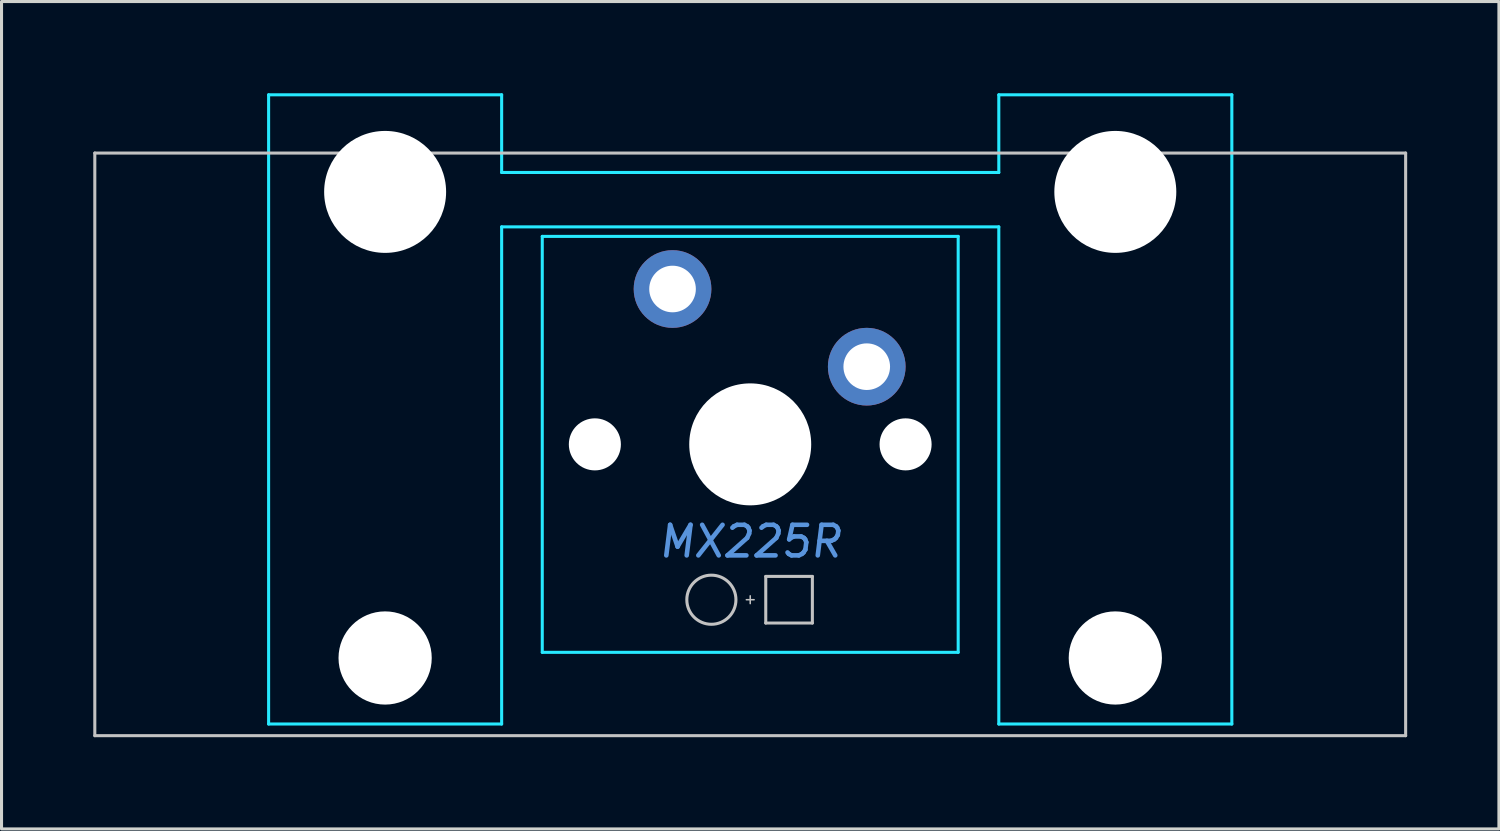
<source format=kicad_pcb>
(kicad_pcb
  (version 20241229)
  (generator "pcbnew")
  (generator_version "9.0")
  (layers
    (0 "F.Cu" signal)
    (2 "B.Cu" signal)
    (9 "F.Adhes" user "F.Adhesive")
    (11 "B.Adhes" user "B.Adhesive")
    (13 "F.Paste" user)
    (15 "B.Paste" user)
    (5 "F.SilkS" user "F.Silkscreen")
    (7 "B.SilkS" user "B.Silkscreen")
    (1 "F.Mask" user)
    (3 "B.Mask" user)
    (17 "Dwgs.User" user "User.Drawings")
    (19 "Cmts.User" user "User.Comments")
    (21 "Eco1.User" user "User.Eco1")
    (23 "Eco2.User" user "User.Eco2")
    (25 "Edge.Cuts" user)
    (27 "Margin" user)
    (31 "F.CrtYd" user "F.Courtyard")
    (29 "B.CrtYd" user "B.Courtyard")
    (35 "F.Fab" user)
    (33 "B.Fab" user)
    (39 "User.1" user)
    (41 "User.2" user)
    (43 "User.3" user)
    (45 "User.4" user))
  (footprint "MX225R"
    (layer "F.Cu")
    (at 21.481 11.48)
    (property "Reference" "MX225R" (at 0 3.175 0) (layer "Cmts.User") (effects (font (size 1 1) (thickness 0.15) (italic yes))))
    (attr through_hole)
    (fp_line (start -21.431 -9.525) (end -21.431 9.525) (stroke (width 0.1) (type solid)) (layer "Dwgs.User"))
    (fp_line (start -21.431 -9.525) (end 21.431 -9.525) (stroke (width 0.1) (type solid)) (layer "Dwgs.User"))
    (fp_line (start -21.431 9.525) (end 21.431 9.525) (stroke (width 0.1) (type solid)) (layer "Dwgs.User"))
    (fp_line (start -0.127 5.08) (end 0.127 5.08) (stroke (width 0.05) (type solid)) (layer "Dwgs.User"))
    (fp_line (start 0 5.207) (end 0 4.953) (stroke (width 0.05) (type solid)) (layer "Dwgs.User"))
    (fp_line (start 0.508 4.318) (end 0.508 5.842) (stroke (width 0.1) (type solid)) (layer "Dwgs.User"))
    (fp_line (start 0.508 4.318) (end 2.032 4.318) (stroke (width 0.1) (type solid)) (layer "Dwgs.User"))
    (fp_line (start 0.508 5.842) (end 2.032 5.842) (stroke (width 0.1) (type solid)) (layer "Dwgs.User"))
    (fp_line (start 2.032 5.842) (end 2.032 4.318) (stroke (width 0.1) (type solid)) (layer "Dwgs.User"))
    (fp_line (start 21.431 -9.525) (end 21.431 9.525) (stroke (width 0.1) (type solid)) (layer "Dwgs.User"))
    (fp_circle (center -1.27 5.08) (end -0.467 5.08) (stroke (width 0.1) (type solid)) (fill no) (layer "Dwgs.User"))
    (fp_line (start -17.17 0.889) (end -17.17 2.921) (stroke (width 0.1) (type solid)) (layer "Eco1.User"))
    (fp_line (start -16.789 3.302) (end -16.535 3.302) (stroke (width 0.1) (type solid)) (layer "Eco1.User"))
    (fp_line (start -16.535 0.508) (end -16.789 0.508) (stroke (width 0.1) (type solid)) (layer "Eco1.User"))
    (fp_line (start -16.154 -6.223) (end -16.154 0.127) (stroke (width 0.1) (type solid)) (layer "Eco1.User"))
    (fp_line (start -16.154 3.683) (end -16.154 5.309) (stroke (width 0.1) (type solid)) (layer "Eco1.User"))
    (fp_line (start -15.773 5.69) (end -9.881 5.69) (stroke (width 0.1) (type solid)) (layer "Eco1.User"))
    (fp_line (start -14.732 -6.604) (end -15.773 -6.604) (stroke (width 0.1) (type solid)) (layer "Eco1.User"))
    (fp_line (start -14.351 -7.391) (end -14.351 -6.985) (stroke (width 0.1) (type solid)) (layer "Eco1.User"))
    (fp_line (start -11.684 -7.772) (end -13.97 -7.772) (stroke (width 0.1) (type solid)) (layer "Eco1.User"))
    (fp_line (start -11.303 -6.985) (end -11.303 -7.391) (stroke (width 0.1) (type solid)) (layer "Eco1.User"))
    (fp_line (start -9.881 -6.604) (end -10.922 -6.604) (stroke (width 0.1) (type solid)) (layer "Eco1.User"))
    (fp_line (start -9.5 -6.198) (end -9.5 -6.223) (stroke (width 0.1) (type solid)) (layer "Eco1.User"))
    (fp_line (start -9.5 5.309) (end -9.5 5.258) (stroke (width 0.1) (type solid)) (layer "Eco1.User"))
    (fp_line (start -9.119 4.877) (end -7.366 4.877) (stroke (width 0.1) (type solid)) (layer "Eco1.User"))
    (fp_line (start -7.366 -5.817) (end -9.119 -5.817) (stroke (width 0.1) (type solid)) (layer "Eco1.User"))
    (fp_line (start -6.985 -6.604) (end -6.985 -6.197) (stroke (width 0.1) (type solid)) (layer "Eco1.User"))
    (fp_line (start -6.985 5.258) (end -6.985 6.604) (stroke (width 0.1) (type solid)) (layer "Eco1.User"))
    (fp_line (start -6.604 -6.985) (end 6.604 -6.985) (stroke (width 0.1) (type solid)) (layer "Eco1.User"))
    (fp_line (start -2.159 0) (end 2.159 0) (stroke (width 0.1) (type solid)) (layer "Eco1.User"))
    (fp_line (start 0 2.159) (end 0 -2.159) (stroke (width 0.1) (type solid)) (layer "Eco1.User"))
    (fp_line (start 6.604 6.985) (end -6.604 6.985) (stroke (width 0.1) (type solid)) (layer "Eco1.User"))
    (fp_line (start 6.985 -6.604) (end 6.985 -6.197) (stroke (width 0.1) (type solid)) (layer "Eco1.User"))
    (fp_line (start 6.985 5.258) (end 6.985 6.604) (stroke (width 0.1) (type solid)) (layer "Eco1.User"))
    (fp_line (start 7.366 -5.817) (end 9.119 -5.817) (stroke (width 0.1) (type solid)) (layer "Eco1.User"))
    (fp_line (start 9.119 4.877) (end 7.366 4.877) (stroke (width 0.1) (type solid)) (layer "Eco1.User"))
    (fp_line (start 9.5 -6.198) (end 9.5 -6.223) (stroke (width 0.1) (type solid)) (layer "Eco1.User"))
    (fp_line (start 9.5 5.309) (end 9.5 5.258) (stroke (width 0.1) (type solid)) (layer "Eco1.User"))
    (fp_line (start 9.881 -6.604) (end 10.922 -6.604) (stroke (width 0.1) (type solid)) (layer "Eco1.User"))
    (fp_line (start 11.303 -6.985) (end 11.303 -7.391) (stroke (width 0.1) (type solid)) (layer "Eco1.User"))
    (fp_line (start 11.684 -7.772) (end 13.97 -7.772) (stroke (width 0.1) (type solid)) (layer "Eco1.User"))
    (fp_line (start 14.351 -7.391) (end 14.351 -6.985) (stroke (width 0.1) (type solid)) (layer "Eco1.User"))
    (fp_line (start 14.732 -6.604) (end 15.773 -6.604) (stroke (width 0.1) (type solid)) (layer "Eco1.User"))
    (fp_line (start 15.773 5.69) (end 9.881 5.69) (stroke (width 0.1) (type solid)) (layer "Eco1.User"))
    (fp_line (start 16.154 -6.223) (end 16.154 0.127) (stroke (width 0.1) (type solid)) (layer "Eco1.User"))
    (fp_line (start 16.154 3.683) (end 16.154 5.309) (stroke (width 0.1) (type solid)) (layer "Eco1.User"))
    (fp_line (start 16.535 0.508) (end 16.789 0.508) (stroke (width 0.1) (type solid)) (layer "Eco1.User"))
    (fp_line (start 16.789 3.302) (end 16.535 3.302) (stroke (width 0.1) (type solid)) (layer "Eco1.User"))
    (fp_line (start 17.17 0.889) (end 17.17 2.921) (stroke (width 0.1) (type solid)) (layer "Eco1.User"))
    (fp_arc (start -17.1704 0.889) (mid -17.058808 0.619592) (end -16.7894 0.508) (stroke (width 0.1) (type solid)) (layer "Eco1.User"))
    (fp_arc (start -16.7894 3.302) (mid -17.058808 3.190408) (end -17.1704 2.921) (stroke (width 0.1) (type solid)) (layer "Eco1.User"))
    (fp_arc (start -16.5354 3.302) (mid -16.265992 3.413592) (end -16.1544 3.683) (stroke (width 0.1) (type solid)) (layer "Eco1.User"))
    (fp_arc (start -16.1544 -6.223) (mid -16.042808 -6.492408) (end -15.7734 -6.604) (stroke (width 0.1) (type solid)) (layer "Eco1.User"))
    (fp_arc (start -16.1544 0.127) (mid -16.265992 0.396408) (end -16.5354 0.508) (stroke (width 0.1) (type solid)) (layer "Eco1.User"))
    (fp_arc (start -15.7734 5.6896) (mid -16.042808 5.578008) (end -16.1544 5.3086) (stroke (width 0.1) (type solid)) (layer "Eco1.User"))
    (fp_arc (start -14.351 -7.3914) (mid -14.239408 -7.660808) (end -13.97 -7.7724) (stroke (width 0.1) (type solid)) (layer "Eco1.User"))
    (fp_arc (start -14.351 -6.985) (mid -14.462592 -6.715592) (end -14.732 -6.604) (stroke (width 0.1) (type solid)) (layer "Eco1.User"))
    (fp_arc (start -11.684 -7.7724) (mid -11.414592 -7.660808) (end -11.303 -7.3914) (stroke (width 0.1) (type solid)) (layer "Eco1.User"))
    (fp_arc (start -10.922 -6.604) (mid -11.191408 -6.715592) (end -11.303 -6.985) (stroke (width 0.1) (type solid)) (layer "Eco1.User"))
    (fp_arc (start -9.8806 -6.604) (mid -9.611192 -6.492408) (end -9.4996 -6.223) (stroke (width 0.1) (type solid)) (layer "Eco1.User"))
    (fp_arc (start -9.4996 5.2578) (mid -9.388008 4.988392) (end -9.1186 4.8768) (stroke (width 0.1) (type solid)) (layer "Eco1.User"))
    (fp_arc (start -9.4996 5.3086) (mid -9.611192 5.578008) (end -9.8806 5.6896) (stroke (width 0.1) (type solid)) (layer "Eco1.User"))
    (fp_arc (start -9.1186 -5.8166) (mid -9.388008 -5.928192) (end -9.4996 -6.1976) (stroke (width 0.1) (type solid)) (layer "Eco1.User"))
    (fp_arc (start -7.366 4.8768) (mid -7.096592 4.988392) (end -6.985 5.2578) (stroke (width 0.1) (type solid)) (layer "Eco1.User"))
    (fp_arc (start -6.985 -6.604) (mid -6.873408 -6.873408) (end -6.604 -6.985) (stroke (width 0.1) (type solid)) (layer "Eco1.User"))
    (fp_arc (start -6.985 -6.1976) (mid -7.096592 -5.928192) (end -7.366 -5.8166) (stroke (width 0.1) (type solid)) (layer "Eco1.User"))
    (fp_arc (start -6.604 6.985) (mid -6.873408 6.873408) (end -6.985 6.604) (stroke (width 0.1) (type solid)) (layer "Eco1.User"))
    (fp_arc (start 6.604 -6.985) (mid 6.873408 -6.873408) (end 6.985 -6.604) (stroke (width 0.1) (type solid)) (layer "Eco1.User"))
    (fp_arc (start 6.985 5.2578) (mid 7.096592 4.988392) (end 7.366 4.8768) (stroke (width 0.1) (type solid)) (layer "Eco1.User"))
    (fp_arc (start 6.985 6.604) (mid 6.873408 6.873408) (end 6.604 6.985) (stroke (width 0.1) (type solid)) (layer "Eco1.User"))
    (fp_arc (start 7.366 -5.8166) (mid 7.096592 -5.928192) (end 6.985 -6.1976) (stroke (width 0.1) (type solid)) (layer "Eco1.User"))
    (fp_arc (start 9.1186 4.8768) (mid 9.388008 4.988392) (end 9.4996 5.2578) (stroke (width 0.1) (type solid)) (layer "Eco1.User"))
    (fp_arc (start 9.4996 -6.223) (mid 9.611192 -6.492408) (end 9.8806 -6.604) (stroke (width 0.1) (type solid)) (layer "Eco1.User"))
    (fp_arc (start 9.4996 -6.1976) (mid 9.388008 -5.928192) (end 9.1186 -5.8166) (stroke (width 0.1) (type solid)) (layer "Eco1.User"))
    (fp_arc (start 9.8806 5.6896) (mid 9.611192 5.578008) (end 9.4996 5.3086) (stroke (width 0.1) (type solid)) (layer "Eco1.User"))
    (fp_arc (start 11.303 -7.3914) (mid 11.414592 -7.660808) (end 11.684 -7.7724) (stroke (width 0.1) (type solid)) (layer "Eco1.User"))
    (fp_arc (start 11.303 -6.985) (mid 11.191408 -6.715592) (end 10.922 -6.604) (stroke (width 0.1) (type solid)) (layer "Eco1.User"))
    (fp_arc (start 13.97 -7.7724) (mid 14.239408 -7.660808) (end 14.351 -7.3914) (stroke (width 0.1) (type solid)) (layer "Eco1.User"))
    (fp_arc (start 14.732 -6.604) (mid 14.462592 -6.715592) (end 14.351 -6.985) (stroke (width 0.1) (type solid)) (layer "Eco1.User"))
    (fp_arc (start 15.7734 -6.604) (mid 16.042808 -6.492408) (end 16.1544 -6.223) (stroke (width 0.1) (type solid)) (layer "Eco1.User"))
    (fp_arc (start 16.1544 3.683) (mid 16.265992 3.413592) (end 16.5354 3.302) (stroke (width 0.1) (type solid)) (layer "Eco1.User"))
    (fp_arc (start 16.1544 5.3086) (mid 16.042808 5.578008) (end 15.7734 5.6896) (stroke (width 0.1) (type solid)) (layer "Eco1.User"))
    (fp_arc (start 16.5354 0.508) (mid 16.265992 0.396408) (end 16.1544 0.127) (stroke (width 0.1) (type solid)) (layer "Eco1.User"))
    (fp_arc (start 16.7894 0.508) (mid 17.058808 0.619592) (end 17.1704 0.889) (stroke (width 0.1) (type solid)) (layer "Eco1.User"))
    (fp_arc (start 17.1704 2.921) (mid 17.058808 3.190408) (end 16.7894 3.302) (stroke (width 0.1) (type solid)) (layer "Eco1.User"))
    (fp_circle (center 0 0) (end -1.994 0) (stroke (width 0.1) (type solid)) (fill no) (layer "Eco1.User"))
    (fp_line (start -15.748 -11.43) (end -8.128 -11.43) (stroke (width 0.1) (type solid)) (layer "B.CrtYd"))
    (fp_line (start -15.748 9.144) (end -15.748 -11.43) (stroke (width 0.1) (type solid)) (layer "B.CrtYd"))
    (fp_line (start -8.128 -11.43) (end -8.128 -8.89) (stroke (width 0.1) (type solid)) (layer "B.CrtYd"))
    (fp_line (start -8.128 9.144) (end -15.748 9.144) (stroke (width 0.1) (type solid)) (layer "B.CrtYd"))
    (fp_line (start -8.128 9.144) (end -8.128 -7.112) (stroke (width 0.1) (type solid)) (layer "B.CrtYd"))
    (fp_line (start -6.8 6.8) (end -6.8 -6.8) (stroke (width 0.1) (type solid)) (layer "B.CrtYd"))
    (fp_line (start 6.8 -6.8) (end -6.8 -6.8) (stroke (width 0.1) (type solid)) (layer "B.CrtYd"))
    (fp_line (start 6.8 6.8) (end -6.8 6.8) (stroke (width 0.1) (type solid)) (layer "B.CrtYd"))
    (fp_line (start 6.8 6.8) (end 6.8 -6.8) (stroke (width 0.1) (type solid)) (layer "B.CrtYd"))
    (fp_line (start 8.128 -11.43) (end 8.128 -8.89) (stroke (width 0.1) (type solid)) (layer "B.CrtYd"))
    (fp_line (start 8.128 -11.43) (end 15.748 -11.43) (stroke (width 0.1) (type solid)) (layer "B.CrtYd"))
    (fp_line (start 8.128 -8.89) (end -8.128 -8.89) (stroke (width 0.1) (type solid)) (layer "B.CrtYd"))
    (fp_line (start 8.128 -7.112) (end -8.128 -7.112) (stroke (width 0.1) (type solid)) (layer "B.CrtYd"))
    (fp_line (start 8.128 9.144) (end 8.128 -7.112) (stroke (width 0.1) (type solid)) (layer "B.CrtYd"))
    (fp_line (start 15.748 -11.43) (end 15.748 9.144) (stroke (width 0.1) (type solid)) (layer "B.CrtYd"))
    (fp_line (start 15.748 9.144) (end 8.128 9.144) (stroke (width 0.1) (type solid)) (layer "B.CrtYd"))
    (pad "" np_thru_hole circle (at -11.938 -8.255 180) (size 3.988 3.988) (drill 3.988) (layers "*.Cu" "*.Mask"))
    (pad "" np_thru_hole circle (at -11.938 6.985 180) (size 3.048 3.048) (drill 3.048) (layers "*.Cu" "*.Mask"))
    (pad "" np_thru_hole circle (at -5.08 0) (size 1.702 1.702) (drill 1.702) (layers "*.Cu" "*.Mask"))
    (pad "" np_thru_hole circle (at 0 0) (size 3.988 3.988) (drill 3.988) (layers "*.Cu" "*.Mask"))
    (pad "" np_thru_hole circle (at 5.08 0) (size 1.702 1.702) (drill 1.702) (layers "*.Cu" "*.Mask"))
    (pad "" np_thru_hole circle (at 11.938 -8.255 180) (size 3.988 3.988) (drill 3.988) (layers "*.Cu" "*.Mask"))
    (pad "" np_thru_hole circle (at 11.938 6.985 180) (size 3.048 3.048) (drill 3.048) (layers "*.Cu" "*.Mask"))
    (pad "1" thru_hole circle (at -2.54 -5.08) (size 2.54 2.54) (drill 1.524) (layers "*.Cu" "*.Mask"))
    (pad "2" thru_hole circle (at 3.81 -2.54) (size 2.54 2.54) (drill 1.524) (layers "*.Cu" "*.Mask")))
  (gr_rect
    (start -3 -3)
    (end 45.962 24.055)
    (stroke (width 0.1) (type default))
    (fill no)
    (layer "Edge.Cuts")))
</source>
